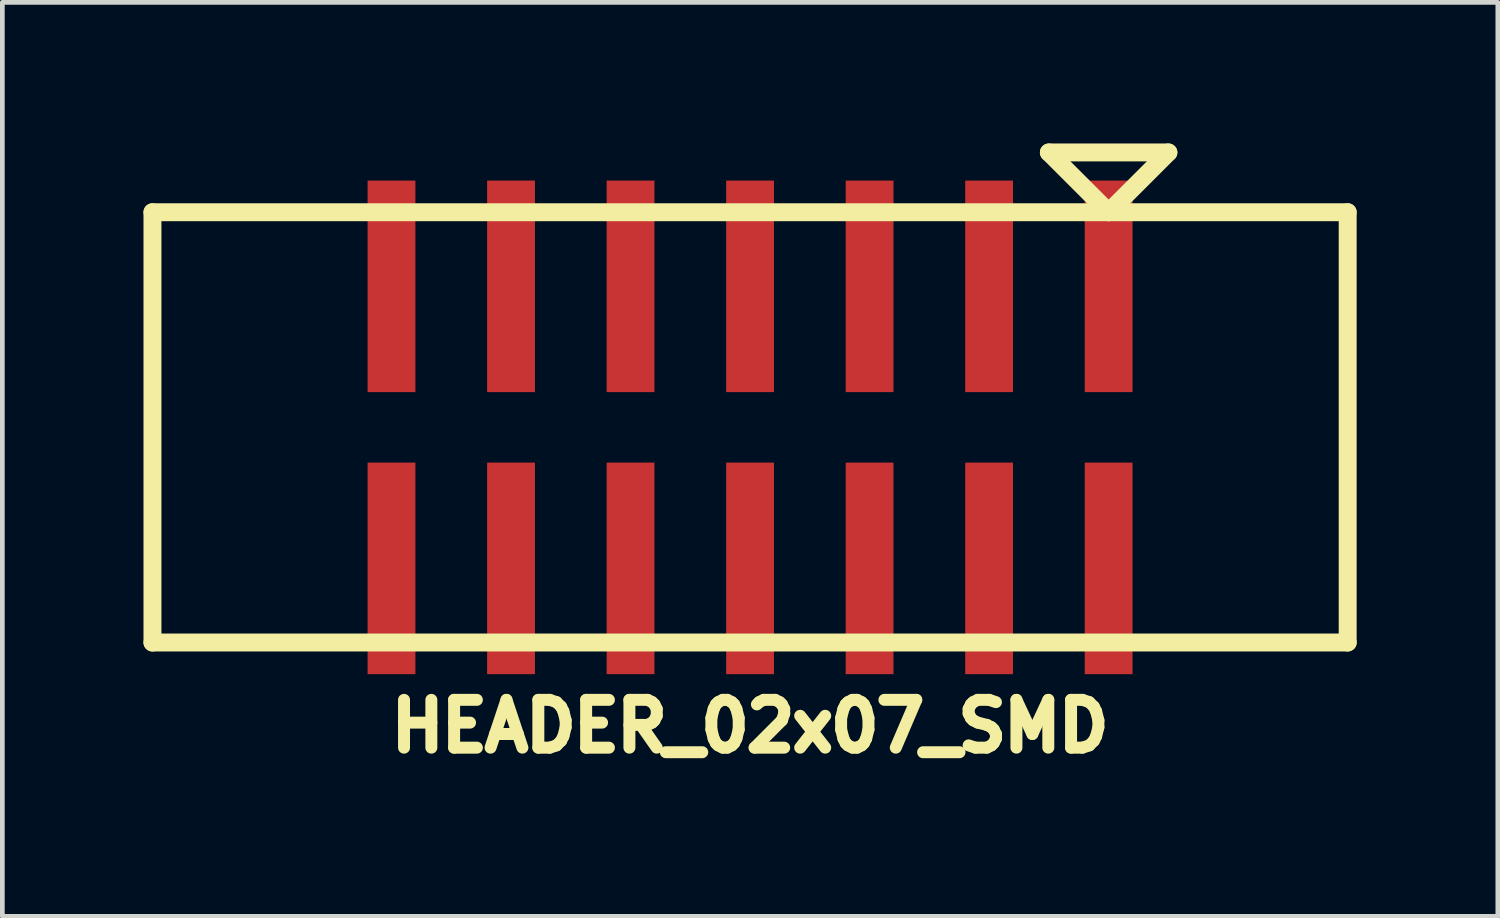
<source format=kicad_pcb>
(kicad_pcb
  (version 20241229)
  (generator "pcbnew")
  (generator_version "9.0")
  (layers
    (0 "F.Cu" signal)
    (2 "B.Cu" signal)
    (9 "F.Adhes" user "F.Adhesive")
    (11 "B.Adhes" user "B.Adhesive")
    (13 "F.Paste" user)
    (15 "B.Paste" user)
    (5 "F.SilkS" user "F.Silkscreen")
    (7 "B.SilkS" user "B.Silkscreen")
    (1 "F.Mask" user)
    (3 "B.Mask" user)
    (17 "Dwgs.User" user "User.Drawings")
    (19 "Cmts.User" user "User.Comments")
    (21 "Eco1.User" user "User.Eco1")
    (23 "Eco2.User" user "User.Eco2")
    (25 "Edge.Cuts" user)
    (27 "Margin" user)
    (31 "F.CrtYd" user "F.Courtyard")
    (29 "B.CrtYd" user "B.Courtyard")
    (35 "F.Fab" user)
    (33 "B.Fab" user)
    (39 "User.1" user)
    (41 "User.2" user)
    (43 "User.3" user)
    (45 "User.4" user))
  (footprint "HEADER_02x07_SMD"
    (layer "F.Cu")
    (at 12.89 6.032)
    (property "Reference" "HEADER_02x07_SMD" (at 0 6.35 0) (layer "F.SilkS") (effects (font (size 1.016 1.016) (thickness 0.254))))
    (attr through_hole)
    (fp_line (start -12.7 -4.572) (end -12.7 4.572) (stroke (width 0.381) (type solid)) (layer "F.SilkS"))
    (fp_line (start -12.7 -4.572) (end 12.7 -4.572) (stroke (width 0.381) (type solid)) (layer "F.SilkS"))
    (fp_line (start -12.7 4.572) (end 12.7 4.572) (stroke (width 0.381) (type solid)) (layer "F.SilkS"))
    (fp_line (start 6.35 -5.842) (end 7.62 -4.572) (stroke (width 0.381) (type solid)) (layer "F.SilkS"))
    (fp_line (start 7.62 -4.572) (end 8.89 -5.842) (stroke (width 0.381) (type solid)) (layer "F.SilkS"))
    (fp_line (start 8.89 -5.842) (end 6.35 -5.842) (stroke (width 0.381) (type solid)) (layer "F.SilkS"))
    (fp_line (start 12.7 -4.572) (end 12.7 4.572) (stroke (width 0.381) (type solid)) (layer "F.SilkS"))
    (pad "1" smd rect (at 7.62 -2.997) (size 1.016 4.496) (layers "F.Cu" "F.Mask" "F.Paste"))
    (pad "2" smd rect (at 7.62 2.997) (size 1.016 4.496) (layers "F.Cu" "F.Mask" "F.Paste"))
    (pad "3" smd rect (at 5.08 -2.997) (size 1.016 4.496) (layers "F.Cu" "F.Mask" "F.Paste"))
    (pad "4" smd rect (at 5.08 2.997) (size 1.016 4.496) (layers "F.Cu" "F.Mask" "F.Paste"))
    (pad "5" smd rect (at 2.54 -2.997) (size 1.016 4.496) (layers "F.Cu" "F.Mask" "F.Paste"))
    (pad "6" smd rect (at 2.54 2.997) (size 1.016 4.496) (layers "F.Cu" "F.Mask" "F.Paste"))
    (pad "7" smd rect (at 0 -2.997) (size 1.016 4.496) (layers "F.Cu" "F.Mask" "F.Paste"))
    (pad "8" smd rect (at 0 2.997) (size 1.016 4.496) (layers "F.Cu" "F.Mask" "F.Paste"))
    (pad "9" smd rect (at -2.54 -2.997) (size 1.016 4.496) (layers "F.Cu" "F.Mask" "F.Paste"))
    (pad "10" smd rect (at -2.54 2.997) (size 1.016 4.496) (layers "F.Cu" "F.Mask" "F.Paste"))
    (pad "11" smd rect (at -5.08 -2.997) (size 1.016 4.496) (layers "F.Cu" "F.Mask" "F.Paste"))
    (pad "12" smd rect (at -5.08 2.997) (size 1.016 4.496) (layers "F.Cu" "F.Mask" "F.Paste"))
    (pad "13" smd rect (at -7.62 -2.997) (size 1.016 4.496) (layers "F.Cu" "F.Mask" "F.Paste"))
    (pad "14" smd rect (at -7.62 2.997) (size 1.016 4.496) (layers "F.Cu" "F.Mask" "F.Paste")))
  (gr_rect
    (start -3 -3)
    (end 28.781 16.423)
    (stroke (width 0.1) (type default))
    (fill no)
    (layer "Edge.Cuts")))
</source>
